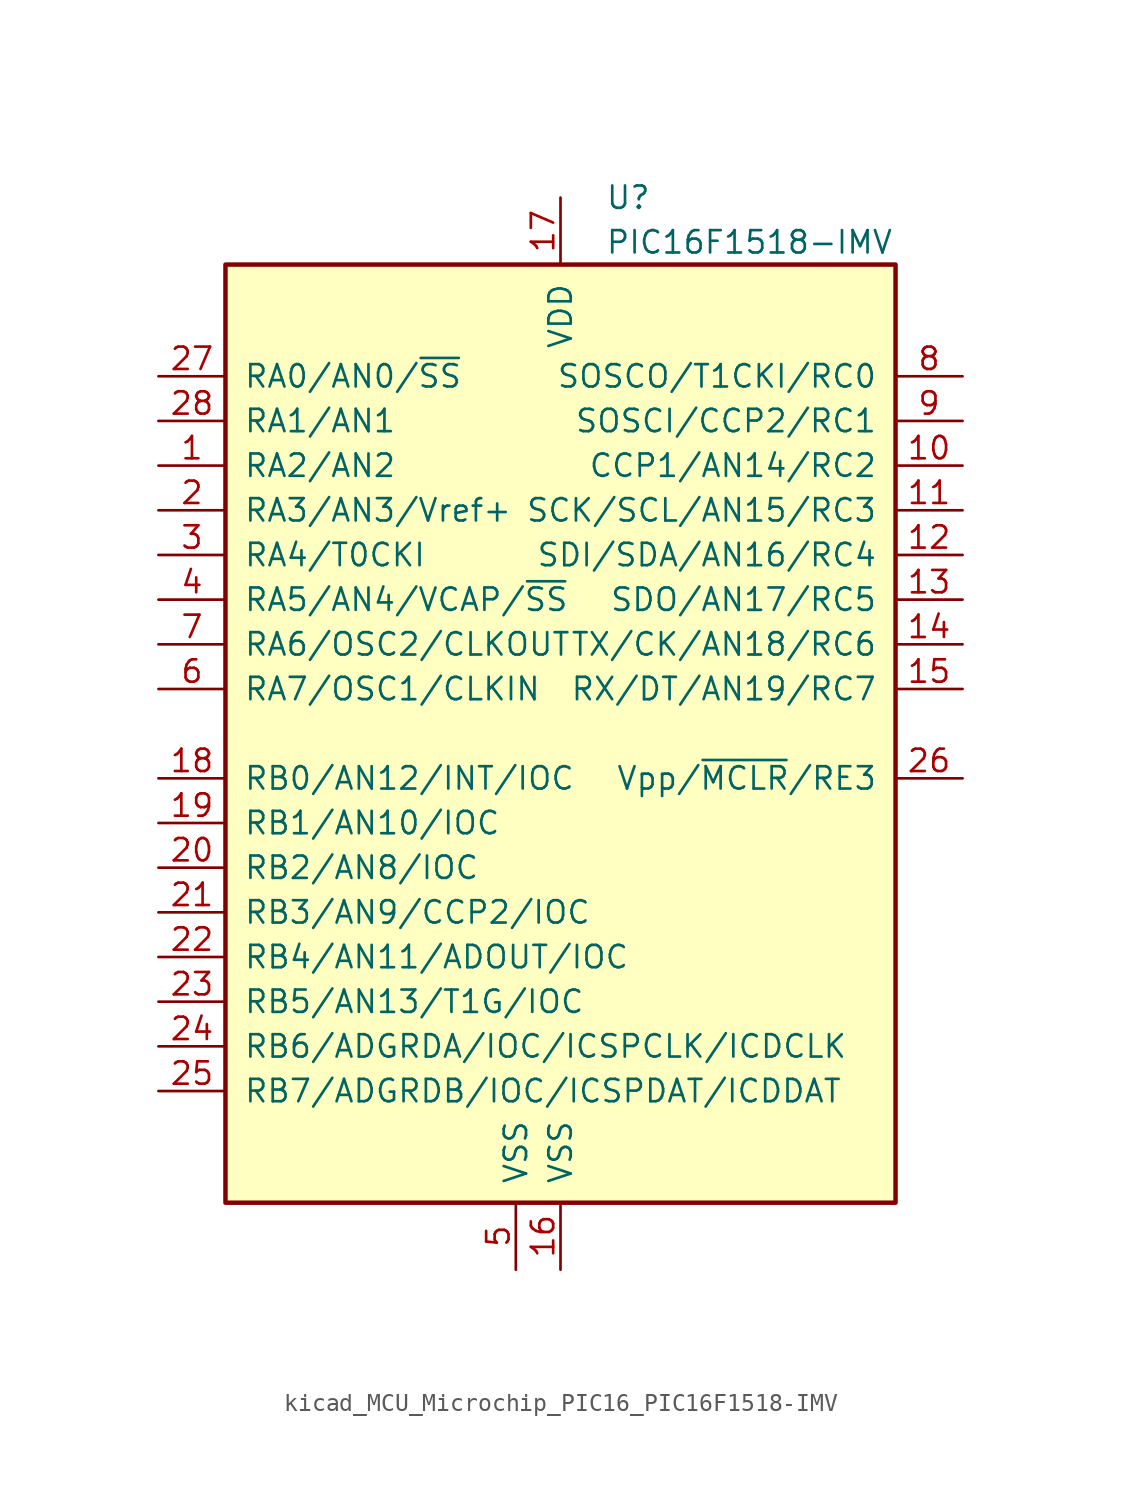
<source format=kicad_sym>
(kicad_symbol_lib
  (version 20220914)
  (generator kicad_symbol_editor)
  (symbol "kicad_MCU_Microchip_PIC16_PIC16F1518-IMV"
    (pin_names
      (offset 1.016))
    (property "Reference" "U"
      (at 2.54 30.48 0)
      (effects (font (size 1.27 1.27)) (justify left)))
    (property "Value" "PIC16F1518-IMV"
      (at 2.54 27.94 0)
      (effects (font (size 1.27 1.27)) (justify left)))
    (symbol "kicad_MCU_Microchip_PIC16_PIC16F1518-IMV_0_1"
      (rectangle (start -19.05 26.67) (end 19.05 -26.67) (stroke (width 0.254) (type default)) (fill (type background))))
    (symbol "kicad_MCU_Microchip_PIC16_PIC16F1518-IMV_1_1"
      (pin bidirectional line (at -22.86 15.24 0) (length 3.81) (name "RA2/AN2" (effects (font (size 1.27 1.27)))) (number "1" (effects (font (size 1.27 1.27)))))
      (pin bidirectional line (at 22.86 15.24 180) (length 3.81) (name "CCP1/AN14/RC2" (effects (font (size 1.27 1.27)))) (number "10" (effects (font (size 1.27 1.27)))))
      (pin bidirectional line (at 22.86 12.7 180) (length 3.81) (name "SCK/SCL/AN15/RC3" (effects (font (size 1.27 1.27)))) (number "11" (effects (font (size 1.27 1.27)))))
      (pin bidirectional line (at 22.86 10.16 180) (length 3.81) (name "SDI/SDA/AN16/RC4" (effects (font (size 1.27 1.27)))) (number "12" (effects (font (size 1.27 1.27)))))
      (pin bidirectional line (at 22.86 7.62 180) (length 3.81) (name "SDO/AN17/RC5" (effects (font (size 1.27 1.27)))) (number "13" (effects (font (size 1.27 1.27)))))
      (pin bidirectional line (at 22.86 5.08 180) (length 3.81) (name "TX/CK/AN18/RC6" (effects (font (size 1.27 1.27)))) (number "14" (effects (font (size 1.27 1.27)))))
      (pin bidirectional line (at 22.86 2.54 180) (length 3.81) (name "RX/DT/AN19/RC7" (effects (font (size 1.27 1.27)))) (number "15" (effects (font (size 1.27 1.27)))))
      (pin power_in line (at 0 -30.48 90) (length 3.81) (name "VSS" (effects (font (size 1.27 1.27)))) (number "16" (effects (font (size 1.27 1.27)))))
      (pin power_in line (at 0 30.48 270) (length 3.81) (name "VDD" (effects (font (size 1.27 1.27)))) (number "17" (effects (font (size 1.27 1.27)))))
      (pin bidirectional line (at -22.86 -2.54 0) (length 3.81) (name "RB0/AN12/INT/IOC" (effects (font (size 1.27 1.27)))) (number "18" (effects (font (size 1.27 1.27)))))
      (pin bidirectional line (at -22.86 -5.08 0) (length 3.81) (name "RB1/AN10/IOC" (effects (font (size 1.27 1.27)))) (number "19" (effects (font (size 1.27 1.27)))))
      (pin bidirectional line (at -22.86 12.7 0) (length 3.81) (name "RA3/AN3/Vref+" (effects (font (size 1.27 1.27)))) (number "2" (effects (font (size 1.27 1.27)))))
      (pin bidirectional line (at -22.86 -7.62 0) (length 3.81) (name "RB2/AN8/IOC" (effects (font (size 1.27 1.27)))) (number "20" (effects (font (size 1.27 1.27)))))
      (pin bidirectional line (at -22.86 -10.16 0) (length 3.81) (name "RB3/AN9/CCP2/IOC" (effects (font (size 1.27 1.27)))) (number "21" (effects (font (size 1.27 1.27)))))
      (pin bidirectional line (at -22.86 -12.7 0) (length 3.81) (name "RB4/AN11/ADOUT/IOC" (effects (font (size 1.27 1.27)))) (number "22" (effects (font (size 1.27 1.27)))))
      (pin bidirectional line (at -22.86 -15.24 0) (length 3.81) (name "RB5/AN13/T1G/IOC" (effects (font (size 1.27 1.27)))) (number "23" (effects (font (size 1.27 1.27)))))
      (pin bidirectional line (at -22.86 -17.78 0) (length 3.81) (name "RB6/ADGRDA/IOC/ICSPCLK/ICDCLK" (effects (font (size 1.27 1.27)))) (number "24" (effects (font (size 1.27 1.27)))))
      (pin bidirectional line (at -22.86 -20.32 0) (length 3.81) (name "RB7/ADGRDB/IOC/ICSPDAT/ICDDAT" (effects (font (size 1.27 1.27)))) (number "25" (effects (font (size 1.27 1.27)))))
      (pin input line (at 22.86 -2.54 180) (length 3.81) (name "Vpp/~{MCLR}/RE3" (effects (font (size 1.27 1.27)))) (number "26" (effects (font (size 1.27 1.27)))))
      (pin bidirectional line (at -22.86 20.32 0) (length 3.81) (name "RA0/AN0/~{SS}" (effects (font (size 1.27 1.27)))) (number "27" (effects (font (size 1.27 1.27)))))
      (pin bidirectional line (at -22.86 17.78 0) (length 3.81) (name "RA1/AN1" (effects (font (size 1.27 1.27)))) (number "28" (effects (font (size 1.27 1.27)))))
      (pin bidirectional line (at -22.86 10.16 0) (length 3.81) (name "RA4/T0CKI" (effects (font (size 1.27 1.27)))) (number "3" (effects (font (size 1.27 1.27)))))
      (pin bidirectional line (at -22.86 7.62 0) (length 3.81) (name "RA5/AN4/VCAP/~{SS}" (effects (font (size 1.27 1.27)))) (number "4" (effects (font (size 1.27 1.27)))))
      (pin power_in line (at -2.54 -30.48 90) (length 3.81) (name "VSS" (effects (font (size 1.27 1.27)))) (number "5" (effects (font (size 1.27 1.27)))))
      (pin bidirectional line (at -22.86 2.54 0) (length 3.81) (name "RA7/OSC1/CLKIN" (effects (font (size 1.27 1.27)))) (number "6" (effects (font (size 1.27 1.27)))))
      (pin bidirectional line (at -22.86 5.08 0) (length 3.81) (name "RA6/OSC2/CLKOUT" (effects (font (size 1.27 1.27)))) (number "7" (effects (font (size 1.27 1.27)))))
      (pin bidirectional line (at 22.86 20.32 180) (length 3.81) (name "SOSCO/T1CKI/RC0" (effects (font (size 1.27 1.27)))) (number "8" (effects (font (size 1.27 1.27)))))
      (pin bidirectional line (at 22.86 17.78 180) (length 3.81) (name "SOSCI/CCP2/RC1" (effects (font (size 1.27 1.27)))) (number "9" (effects (font (size 1.27 1.27))))))))
</source>
